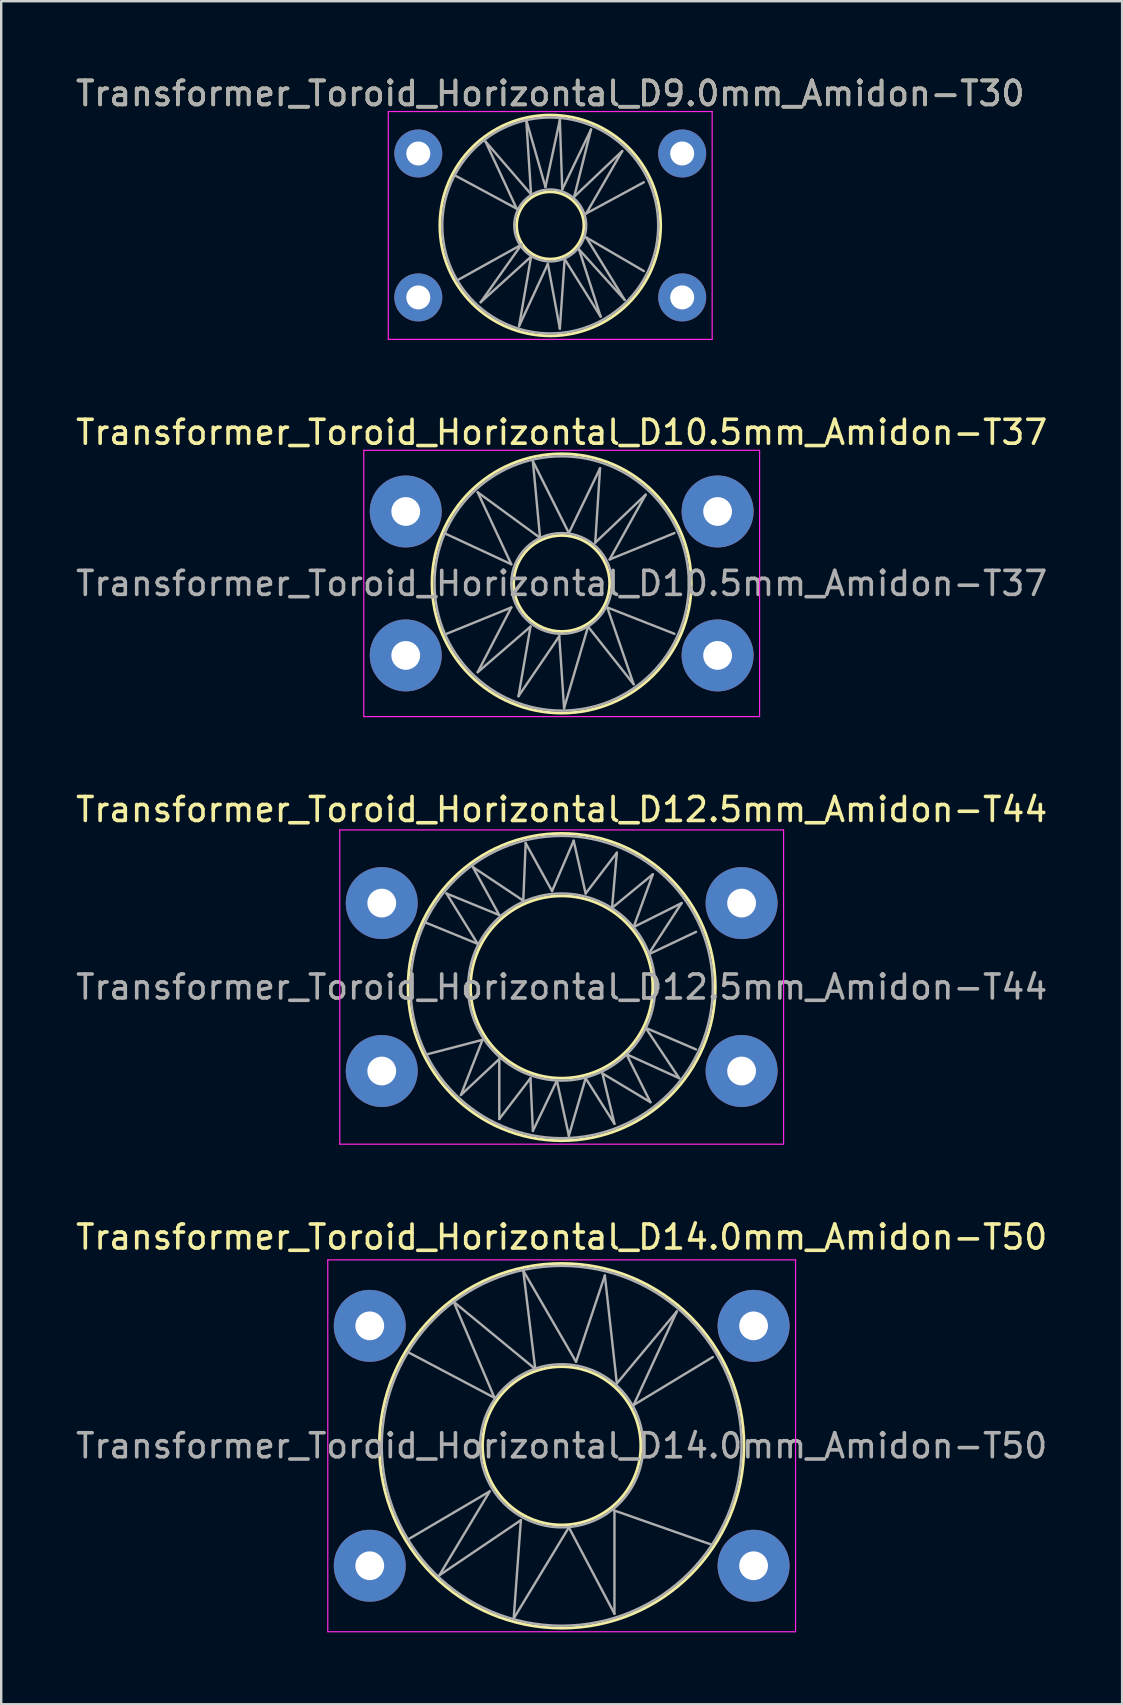
<source format=kicad_pcb>
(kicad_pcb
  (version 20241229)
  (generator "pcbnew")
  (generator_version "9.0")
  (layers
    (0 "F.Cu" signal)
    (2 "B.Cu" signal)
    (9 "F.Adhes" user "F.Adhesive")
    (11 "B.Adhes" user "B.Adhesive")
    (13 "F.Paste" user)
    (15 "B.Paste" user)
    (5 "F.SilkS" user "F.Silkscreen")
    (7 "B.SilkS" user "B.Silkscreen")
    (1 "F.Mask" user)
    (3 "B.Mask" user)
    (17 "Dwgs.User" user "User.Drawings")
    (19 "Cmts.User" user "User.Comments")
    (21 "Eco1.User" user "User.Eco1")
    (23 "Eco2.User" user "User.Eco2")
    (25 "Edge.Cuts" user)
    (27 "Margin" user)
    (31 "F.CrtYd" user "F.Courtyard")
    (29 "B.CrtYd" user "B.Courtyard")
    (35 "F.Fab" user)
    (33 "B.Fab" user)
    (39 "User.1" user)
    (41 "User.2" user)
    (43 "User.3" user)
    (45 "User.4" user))
  (footprint "Transformer_Toroid_Horizontal_D9.0mm_Amidon-T30"
    (layer "F.Cu")
    (at 14.387 9.348)
    (property "Reference" "Transformer_Toroid_Horizontal_D9.0mm_Amidon-T30" (at 5.5 -8.5 0) (layer "F.SilkS") (effects (font (size 1 1) (thickness 0.15))))
    (attr through_hole)
    (fp_circle (center 5.5 -3) (end 6.9 -3.1) (stroke (width 0.12) (type solid)) (fill no) (layer "F.SilkS"))
    (fp_circle (center 5.5 -3) (end 10.1 -3.1) (stroke (width 0.12) (type solid)) (fill no) (layer "F.SilkS"))
    (fp_line (start -1.25 -7.75) (end -1.25 1.75) (stroke (width 0.05) (type solid)) (layer "F.CrtYd"))
    (fp_line (start -1.25 -7.75) (end 12.25 -7.75) (stroke (width 0.05) (type solid)) (layer "F.CrtYd"))
    (fp_line (start 12.25 1.75) (end -1.25 1.75) (stroke (width 0.05) (type solid)) (layer "F.CrtYd"))
    (fp_line (start 12.25 1.75) (end 12.25 -7.75) (stroke (width 0.05) (type solid)) (layer "F.CrtYd"))
    (fp_line (start 1.5 -5.1) (end 4.1 -3.7) (stroke (width 0.1) (type solid)) (layer "F.Fab"))
    (fp_line (start 1.6 -0.7) (end 4.3 -2.2) (stroke (width 0.1) (type solid)) (layer "F.Fab"))
    (fp_line (start 2.6 0.2) (end 4.7 -1.7) (stroke (width 0.1) (type solid)) (layer "F.Fab"))
    (fp_line (start 2.8 -6.5) (end 4.7 -4.3) (stroke (width 0.1) (type solid)) (layer "F.Fab"))
    (fp_line (start 4.1 -3.7) (end 2.8 -6.5) (stroke (width 0.1) (type solid)) (layer "F.Fab"))
    (fp_line (start 4.2 1.2) (end 5.4 -1.4) (stroke (width 0.1) (type solid)) (layer "F.Fab"))
    (fp_line (start 4.3 -2.2) (end 2.6 0.2) (stroke (width 0.1) (type solid)) (layer "F.Fab"))
    (fp_line (start 4.5 -7.4) (end 5.3 -4.6) (stroke (width 0.1) (type solid)) (layer "F.Fab"))
    (fp_line (start 4.7 -4.3) (end 4.5 -7.4) (stroke (width 0.1) (type solid)) (layer "F.Fab"))
    (fp_line (start 4.7 -1.7) (end 4.2 1.2) (stroke (width 0.1) (type solid)) (layer "F.Fab"))
    (fp_line (start 5.3 -4.6) (end 5.9 -7.4) (stroke (width 0.1) (type solid)) (layer "F.Fab"))
    (fp_line (start 5.4 -1.4) (end 5.9 1.3) (stroke (width 0.1) (type solid)) (layer "F.Fab"))
    (fp_line (start 5.9 -7.4) (end 6 -4.5) (stroke (width 0.1) (type solid)) (layer "F.Fab"))
    (fp_line (start 5.9 1.3) (end 6.1 -1.6) (stroke (width 0.1) (type solid)) (layer "F.Fab"))
    (fp_line (start 6 -4.5) (end 7.2 -7) (stroke (width 0.1) (type solid)) (layer "F.Fab"))
    (fp_line (start 6.1 -1.6) (end 7.6 0.8) (stroke (width 0.1) (type solid)) (layer "F.Fab"))
    (fp_line (start 6.5 -4.2) (end 8.5 -6.1) (stroke (width 0.1) (type solid)) (layer "F.Fab"))
    (fp_line (start 6.7 -2) (end 8.6 0.1) (stroke (width 0.1) (type solid)) (layer "F.Fab"))
    (fp_line (start 7 -3.5) (end 9.4 -4.8) (stroke (width 0.1) (type solid)) (layer "F.Fab"))
    (fp_line (start 7 -2.5) (end 9.4 -1.1) (stroke (width 0.1) (type solid)) (layer "F.Fab"))
    (fp_line (start 7.2 -7) (end 6.5 -4.2) (stroke (width 0.1) (type solid)) (layer "F.Fab"))
    (fp_line (start 7.6 0.8) (end 6.7 -2) (stroke (width 0.1) (type solid)) (layer "F.Fab"))
    (fp_line (start 8.5 -6.1) (end 7 -3.5) (stroke (width 0.1) (type solid)) (layer "F.Fab"))
    (fp_line (start 8.6 0.1) (end 7 -2.5) (stroke (width 0.1) (type solid)) (layer "F.Fab"))
    (fp_circle (center 5.5 -3) (end 7 -3) (stroke (width 0.1) (type solid)) (fill no) (layer "F.Fab"))
    (fp_circle (center 5.5 -3) (end 10 -3) (stroke (width 0.1) (type solid)) (fill no) (layer "F.Fab"))
    (fp_text user "${REFERENCE}" (at 5.5 -8.5 0) (layer "F.Fab") (effects (font (size 1 1) (thickness 0.15))))
    (pad "1" thru_hole circle (at 0 0) (size 2 2) (drill 1) (layers "*.Cu" "*.Mask"))
    (pad "2" thru_hole circle (at 11 0) (size 2 2) (drill 1) (layers "*.Cu" "*.Mask"))
    (pad "3" thru_hole circle (at 0 -6) (size 2 2) (drill 1) (layers "*.Cu" "*.Mask"))
    (pad "4" thru_hole circle (at 11 -6) (size 2 2) (drill 1) (layers "*.Cu" "*.Mask")))
  (footprint "Transformer_Toroid_Horizontal_D12.5mm_Amidon-T44"
    (layer "F.Cu")
    (at 12.863 41.595)
    (property "Reference" "Transformer_Toroid_Horizontal_D12.5mm_Amidon-T44" (at 7.5 -10.9 0) (layer "F.SilkS") (effects (font (size 1 1) (thickness 0.15))))
    (attr through_hole)
    (fp_circle (center 7.5 -3.5) (end 11.3 -3.5) (stroke (width 0.12) (type solid)) (fill no) (layer "F.SilkS"))
    (fp_circle (center 7.5 -3.5) (end 13.9 -3.7) (stroke (width 0.12) (type solid)) (fill no) (layer "F.SilkS"))
    (fp_line (start -1.75 -10.05) (end -1.75 3.05) (stroke (width 0.05) (type solid)) (layer "F.CrtYd"))
    (fp_line (start -1.75 -10.05) (end 16.75 -10.05) (stroke (width 0.05) (type solid)) (layer "F.CrtYd"))
    (fp_line (start 16.75 3.05) (end -1.75 3.05) (stroke (width 0.05) (type solid)) (layer "F.CrtYd"))
    (fp_line (start 16.75 3.05) (end 16.75 -10.05) (stroke (width 0.05) (type solid)) (layer "F.CrtYd"))
    (fp_line (start 1.8 -6.2) (end 4 -5.3) (stroke (width 0.1) (type solid)) (layer "F.Fab"))
    (fp_line (start 1.9 -0.7) (end 4.2 -1.3) (stroke (width 0.1) (type solid)) (layer "F.Fab"))
    (fp_line (start 2.7 -7.4) (end 4.9 -6.5) (stroke (width 0.1) (type solid)) (layer "F.Fab"))
    (fp_line (start 3.3 1) (end 4.9 -0.5) (stroke (width 0.1) (type solid)) (layer "F.Fab"))
    (fp_line (start 3.8 -8.5) (end 5.9 -7.1) (stroke (width 0.1) (type solid)) (layer "F.Fab"))
    (fp_line (start 4 -5.3) (end 2.7 -7.4) (stroke (width 0.1) (type solid)) (layer "F.Fab"))
    (fp_line (start 4.2 -1.3) (end 3.3 1) (stroke (width 0.1) (type solid)) (layer "F.Fab"))
    (fp_line (start 4.9 -6.5) (end 3.8 -8.5) (stroke (width 0.1) (type solid)) (layer "F.Fab"))
    (fp_line (start 4.9 -0.5) (end 4.9 2) (stroke (width 0.1) (type solid)) (layer "F.Fab"))
    (fp_line (start 4.9 2) (end 6.2 0.3) (stroke (width 0.1) (type solid)) (layer "F.Fab"))
    (fp_line (start 5.9 -7.1) (end 6 -9.5) (stroke (width 0.1) (type solid)) (layer "F.Fab"))
    (fp_line (start 6 -9.5) (end 7.1 -7.5) (stroke (width 0.1) (type solid)) (layer "F.Fab"))
    (fp_line (start 6.2 0.3) (end 6.3 2.5) (stroke (width 0.1) (type solid)) (layer "F.Fab"))
    (fp_line (start 6.3 2.5) (end 7.3 0.4) (stroke (width 0.1) (type solid)) (layer "F.Fab"))
    (fp_line (start 7.1 -7.5) (end 8 -9.6) (stroke (width 0.1) (type solid)) (layer "F.Fab"))
    (fp_line (start 7.3 0.4) (end 7.8 2.7) (stroke (width 0.1) (type solid)) (layer "F.Fab"))
    (fp_line (start 7.8 2.7) (end 8.5 0.3) (stroke (width 0.1) (type solid)) (layer "F.Fab"))
    (fp_line (start 8 -9.6) (end 8.5 -7.4) (stroke (width 0.1) (type solid)) (layer "F.Fab"))
    (fp_line (start 8.5 -7.4) (end 9.8 -9.1) (stroke (width 0.1) (type solid)) (layer "F.Fab"))
    (fp_line (start 8.5 0.3) (end 9.7 2.2) (stroke (width 0.1) (type solid)) (layer "F.Fab"))
    (fp_line (start 9.2 0.1) (end 11.2 1.3) (stroke (width 0.1) (type solid)) (layer "F.Fab"))
    (fp_line (start 9.6 -6.8) (end 11.3 -8.2) (stroke (width 0.1) (type solid)) (layer "F.Fab"))
    (fp_line (start 9.7 2.2) (end 9.2 0.1) (stroke (width 0.1) (type solid)) (layer "F.Fab"))
    (fp_line (start 9.8 -9.1) (end 9.6 -6.8) (stroke (width 0.1) (type solid)) (layer "F.Fab"))
    (fp_line (start 10.2 -0.7) (end 12.4 0.3) (stroke (width 0.1) (type solid)) (layer "F.Fab"))
    (fp_line (start 10.5 -6) (end 12.5 -7) (stroke (width 0.1) (type solid)) (layer "F.Fab"))
    (fp_line (start 11 -1.8) (end 13.1 -0.9) (stroke (width 0.1) (type solid)) (layer "F.Fab"))
    (fp_line (start 11.2 -4.9) (end 13.1 -5.8) (stroke (width 0.1) (type solid)) (layer "F.Fab"))
    (fp_line (start 11.2 1.3) (end 10.2 -0.7) (stroke (width 0.1) (type solid)) (layer "F.Fab"))
    (fp_line (start 11.3 -8.2) (end 10.5 -6) (stroke (width 0.1) (type solid)) (layer "F.Fab"))
    (fp_line (start 12.4 0.3) (end 11 -1.8) (stroke (width 0.1) (type solid)) (layer "F.Fab"))
    (fp_line (start 12.5 -7) (end 11.2 -5) (stroke (width 0.1) (type solid)) (layer "F.Fab"))
    (fp_circle (center 7.5 -3.5) (end 11.4 -3.5) (stroke (width 0.1) (type solid)) (fill no) (layer "F.Fab"))
    (fp_circle (center 7.5 -3.5) (end 13.8 -3.5) (stroke (width 0.1) (type solid)) (fill no) (layer "F.Fab"))
    (fp_text user "${REFERENCE}" (at 7.5 -3.5 0) (layer "F.Fab") (effects (font (size 1 1) (thickness 0.15))))
    (pad "1" thru_hole circle (at 0 0) (size 3 3) (drill 1.2) (layers "*.Cu" "*.Mask"))
    (pad "2" thru_hole circle (at 15 0) (size 3 3) (drill 1.2) (layers "*.Cu" "*.Mask"))
    (pad "3" thru_hole circle (at 0 -7) (size 3 3) (drill 1.2) (layers "*.Cu" "*.Mask"))
    (pad "4" thru_hole circle (at 15 -7) (size 3 3) (drill 1.2) (layers "*.Cu" "*.Mask")))
  (footprint "Transformer_Toroid_Horizontal_D14.0mm_Amidon-T50"
    (layer "F.Cu")
    (at 12.363 62.218)
    (property "Reference" "Transformer_Toroid_Horizontal_D14.0mm_Amidon-T50" (at 8 -13.7 0) (layer "F.SilkS") (effects (font (size 1 1) (thickness 0.15))))
    (attr through_hole)
    (fp_circle (center 8 -5) (end 8 -12.6) (stroke (width 0.12) (type solid)) (fill no) (layer "F.SilkS"))
    (fp_circle (center 8 -5) (end 8 -8.3) (stroke (width 0.12) (type solid)) (fill no) (layer "F.SilkS"))
    (fp_line (start -1.75 -12.75) (end -1.75 2.75) (stroke (width 0.05) (type solid)) (layer "F.CrtYd"))
    (fp_line (start -1.75 -12.75) (end 17.75 -12.75) (stroke (width 0.05) (type solid)) (layer "F.CrtYd"))
    (fp_line (start 17.75 2.75) (end -1.75 2.75) (stroke (width 0.05) (type solid)) (layer "F.CrtYd"))
    (fp_line (start 17.75 2.75) (end 17.75 -12.75) (stroke (width 0.05) (type solid)) (layer "F.CrtYd"))
    (fp_line (start 1.6 -8.9) (end 5.2 -7) (stroke (width 0.1) (type solid)) (layer "F.Fab"))
    (fp_line (start 1.6 -1.1) (end 5 -3.1) (stroke (width 0.1) (type solid)) (layer "F.Fab"))
    (fp_line (start 2.9 0.4) (end 6.3 -1.9) (stroke (width 0.1) (type solid)) (layer "F.Fab"))
    (fp_line (start 3.5 -11) (end 6.9 -8.2) (stroke (width 0.1) (type solid)) (layer "F.Fab"))
    (fp_line (start 5 -3.1) (end 2.9 0.4) (stroke (width 0.1) (type solid)) (layer "F.Fab"))
    (fp_line (start 5.2 -7) (end 3.5 -11) (stroke (width 0.1) (type solid)) (layer "F.Fab"))
    (fp_line (start 6 2.2) (end 8.3 -1.6) (stroke (width 0.1) (type solid)) (layer "F.Fab"))
    (fp_line (start 6.3 -1.9) (end 6 2.2) (stroke (width 0.1) (type solid)) (layer "F.Fab"))
    (fp_line (start 6.4 -12.3) (end 8.6 -8.5) (stroke (width 0.1) (type solid)) (layer "F.Fab"))
    (fp_line (start 6.9 -8.2) (end 6.4 -12.3) (stroke (width 0.1) (type solid)) (layer "F.Fab"))
    (fp_line (start 8.3 -1.6) (end 10.2 2) (stroke (width 0.1) (type solid)) (layer "F.Fab"))
    (fp_line (start 8.6 -8.5) (end 9.8 -12.1) (stroke (width 0.1) (type solid)) (layer "F.Fab"))
    (fp_line (start 9.8 -12.1) (end 10.3 -7.6) (stroke (width 0.1) (type solid)) (layer "F.Fab"))
    (fp_line (start 10.2 -2.3) (end 13.9 -1) (stroke (width 0.1) (type solid)) (layer "F.Fab"))
    (fp_line (start 10.2 2) (end 10.2 -2.3) (stroke (width 0.1) (type solid)) (layer "F.Fab"))
    (fp_line (start 10.3 -7.6) (end 12.8 -10.6) (stroke (width 0.1) (type solid)) (layer "F.Fab"))
    (fp_line (start 11 -6.7) (end 14.3 -8.7) (stroke (width 0.1) (type solid)) (layer "F.Fab"))
    (fp_line (start 12.8 -10.6) (end 11 -6.7) (stroke (width 0.1) (type solid)) (layer "F.Fab"))
    (fp_line (start 13.9 -1) (end 14.2 -0.9) (stroke (width 0.1) (type solid)) (layer "F.Fab"))
    (fp_circle (center 8 -5) (end 11.4 -5) (stroke (width 0.1) (type solid)) (fill no) (layer "F.Fab"))
    (fp_circle (center 8 -5) (end 15.5 -5) (stroke (width 0.1) (type solid)) (fill no) (layer "F.Fab"))
    (fp_text user "${REFERENCE}" (at 8 -5 0) (layer "F.Fab") (effects (font (size 1 1) (thickness 0.15))))
    (pad "1" thru_hole circle (at 0 0) (size 3 3) (drill 1.2) (layers "*.Cu" "*.Mask"))
    (pad "2" thru_hole circle (at 16 0) (size 3 3) (drill 1.2) (layers "*.Cu" "*.Mask"))
    (pad "3" thru_hole circle (at 0 -10) (size 3 3) (drill 1.2) (layers "*.Cu" "*.Mask"))
    (pad "4" thru_hole circle (at 16 -10) (size 3 3) (drill 1.2) (layers "*.Cu" "*.Mask")))
  (footprint "Transformer_Toroid_Horizontal_D10.5mm_Amidon-T37"
    (layer "F.Cu")
    (at 13.863 24.271)
    (property "Reference" "Transformer_Toroid_Horizontal_D10.5mm_Amidon-T37" (at 6.5 -9.3 0) (layer "F.SilkS") (effects (font (size 1 1) (thickness 0.15))))
    (attr through_hole)
    (fp_circle (center 6.5 -3) (end 8.5 -2.9) (stroke (width 0.12) (type solid)) (fill no) (layer "F.SilkS"))
    (fp_circle (center 6.5 -3) (end 11.9 -2.8) (stroke (width 0.12) (type solid)) (fill no) (layer "F.SilkS"))
    (fp_line (start -1.75 -8.55) (end -1.75 2.55) (stroke (width 0.05) (type solid)) (layer "F.CrtYd"))
    (fp_line (start -1.75 -8.55) (end 14.75 -8.55) (stroke (width 0.05) (type solid)) (layer "F.CrtYd"))
    (fp_line (start 14.75 2.55) (end -1.75 2.55) (stroke (width 0.05) (type solid)) (layer "F.CrtYd"))
    (fp_line (start 14.75 2.55) (end 14.75 -8.55) (stroke (width 0.05) (type solid)) (layer "F.CrtYd"))
    (fp_line (start 1.6 -5.1) (end 4.4 -3.8) (stroke (width 0.1) (type solid)) (layer "F.Fab"))
    (fp_line (start 1.7 -0.9) (end 4.4 -2) (stroke (width 0.1) (type solid)) (layer "F.Fab"))
    (fp_line (start 3 -6.8) (end 5.6 -4.9) (stroke (width 0.1) (type solid)) (layer "F.Fab"))
    (fp_line (start 3 0.7) (end 5.2 -1.2) (stroke (width 0.1) (type solid)) (layer "F.Fab"))
    (fp_line (start 4.4 -3.8) (end 3 -6.8) (stroke (width 0.1) (type solid)) (layer "F.Fab"))
    (fp_line (start 4.4 -2) (end 3 0.7) (stroke (width 0.1) (type solid)) (layer "F.Fab"))
    (fp_line (start 4.7 1.7) (end 6.4 -0.8) (stroke (width 0.1) (type solid)) (layer "F.Fab"))
    (fp_line (start 5.2 -1.2) (end 4.7 1.7) (stroke (width 0.1) (type solid)) (layer "F.Fab"))
    (fp_line (start 5.3 -8.1) (end 6.8 -5.1) (stroke (width 0.1) (type solid)) (layer "F.Fab"))
    (fp_line (start 5.6 -4.9) (end 5.3 -8.1) (stroke (width 0.1) (type solid)) (layer "F.Fab"))
    (fp_line (start 6.4 -0.8) (end 6.6 2.2) (stroke (width 0.1) (type solid)) (layer "F.Fab"))
    (fp_line (start 6.6 2.2) (end 7.6 -1.2) (stroke (width 0.1) (type solid)) (layer "F.Fab"))
    (fp_line (start 6.8 -5.1) (end 8.1 -7.8) (stroke (width 0.1) (type solid)) (layer "F.Fab"))
    (fp_line (start 7.6 -1.2) (end 9.5 1.2) (stroke (width 0.1) (type solid)) (layer "F.Fab"))
    (fp_line (start 7.9 -4.7) (end 10 -6.7) (stroke (width 0.1) (type solid)) (layer "F.Fab"))
    (fp_line (start 8.1 -7.8) (end 7.9 -4.7) (stroke (width 0.1) (type solid)) (layer "F.Fab"))
    (fp_line (start 8.4 -2) (end 11.2 -0.9) (stroke (width 0.1) (type solid)) (layer "F.Fab"))
    (fp_line (start 8.5 -4) (end 11.2 -5.1) (stroke (width 0.1) (type solid)) (layer "F.Fab"))
    (fp_line (start 9.5 1.2) (end 8.4 -2) (stroke (width 0.1) (type solid)) (layer "F.Fab"))
    (fp_line (start 10 -6.7) (end 8.5 -4) (stroke (width 0.1) (type solid)) (layer "F.Fab"))
    (fp_circle (center 6.5 -3) (end 8.6 -3) (stroke (width 0.1) (type solid)) (fill no) (layer "F.Fab"))
    (fp_circle (center 6.5 -3) (end 11.8 -3) (stroke (width 0.1) (type solid)) (fill no) (layer "F.Fab"))
    (fp_text user "${REFERENCE}" (at 6.5 -3 0) (layer "F.Fab") (effects (font (size 1 1) (thickness 0.15))))
    (pad "1" thru_hole circle (at 0 0) (size 3 3) (drill 1.2) (layers "*.Cu" "*.Mask"))
    (pad "2" thru_hole circle (at 13 0) (size 3 3) (drill 1.2) (layers "*.Cu" "*.Mask"))
    (pad "3" thru_hole circle (at 0 -6) (size 3 3) (drill 1.2) (layers "*.Cu" "*.Mask"))
    (pad "4" thru_hole circle (at 13 -6) (size 3 3) (drill 1.2) (layers "*.Cu" "*.Mask")))
  (gr_rect
    (start -3 -3)
    (end 43.726 67.993)
    (stroke (width 0.1) (type default))
    (fill no)
    (layer "Edge.Cuts")))
</source>
